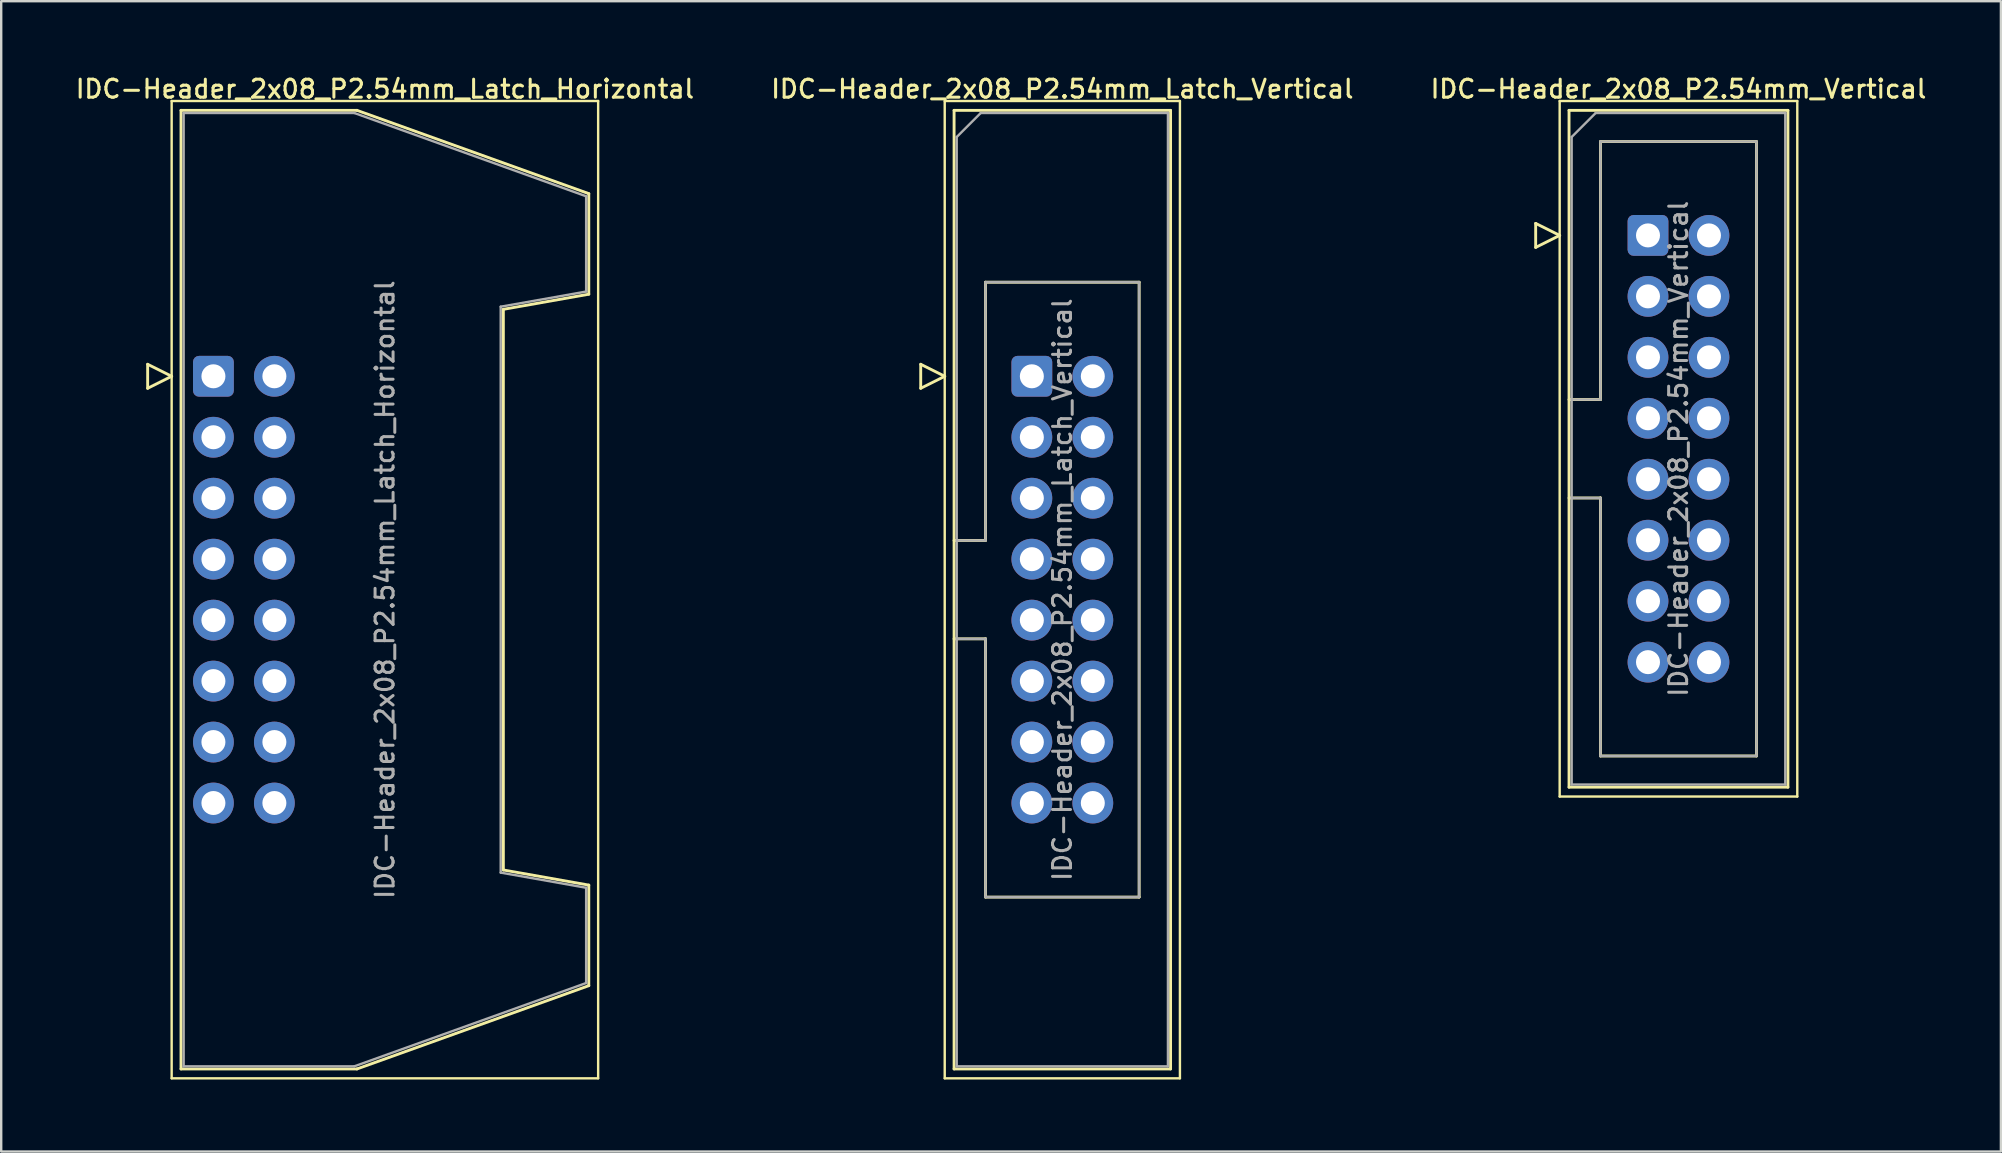
<source format=kicad_pcb>
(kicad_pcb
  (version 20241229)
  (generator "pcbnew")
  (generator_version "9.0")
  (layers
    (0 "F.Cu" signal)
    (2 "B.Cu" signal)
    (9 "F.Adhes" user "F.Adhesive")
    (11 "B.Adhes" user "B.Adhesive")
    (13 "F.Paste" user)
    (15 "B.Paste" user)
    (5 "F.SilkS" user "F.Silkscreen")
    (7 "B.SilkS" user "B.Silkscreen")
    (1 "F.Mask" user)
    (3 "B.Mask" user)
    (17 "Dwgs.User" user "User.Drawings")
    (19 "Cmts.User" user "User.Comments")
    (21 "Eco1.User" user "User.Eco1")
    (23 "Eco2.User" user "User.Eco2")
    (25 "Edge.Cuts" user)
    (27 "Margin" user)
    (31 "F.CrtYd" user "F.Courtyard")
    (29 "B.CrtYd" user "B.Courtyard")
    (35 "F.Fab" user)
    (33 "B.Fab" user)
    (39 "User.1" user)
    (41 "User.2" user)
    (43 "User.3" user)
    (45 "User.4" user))
  (footprint "IDC-Header_2x08_P2.54mm_Vertical"
    (layer "F.Cu")
    (at 65.614 6.758)
    (property "Reference" "IDC-Header_2x08_P2.54mm_Vertical" (at 1.27 -6.1 0) (layer "F.SilkS") (effects (font (size 0.75 0.75) (thickness 0.125))))
    (attr through_hole)
    (fp_line (start -4.68 -0.5) (end -4.68 0.5) (stroke (width 0.12) (type solid)) (layer "F.SilkS"))
    (fp_line (start -4.68 0.5) (end -3.68 0) (stroke (width 0.12) (type solid)) (layer "F.SilkS"))
    (fp_line (start -3.68 -5.6) (end -3.68 23.38) (stroke (width 0.1) (type solid)) (layer "F.SilkS"))
    (fp_line (start -3.68 0) (end -4.68 -0.5) (stroke (width 0.12) (type solid)) (layer "F.SilkS"))
    (fp_line (start -3.68 23.38) (end 6.22 23.38) (stroke (width 0.1) (type solid)) (layer "F.SilkS"))
    (fp_line (start -3.29 -5.21) (end 5.83 -5.21) (stroke (width 0.12) (type solid)) (layer "F.SilkS"))
    (fp_line (start -3.29 6.84) (end -1.98 6.84) (stroke (width 0.12) (type solid)) (layer "F.SilkS"))
    (fp_line (start -3.29 22.99) (end -3.29 -5.21) (stroke (width 0.12) (type solid)) (layer "F.SilkS"))
    (fp_line (start -1.98 -3.91) (end 4.52 -3.91) (stroke (width 0.12) (type solid)) (layer "F.SilkS"))
    (fp_line (start -1.98 6.84) (end -1.98 -3.91) (stroke (width 0.12) (type solid)) (layer "F.SilkS"))
    (fp_line (start -1.98 10.94) (end -3.29 10.94) (stroke (width 0.12) (type solid)) (layer "F.SilkS"))
    (fp_line (start -1.98 10.94) (end -1.98 10.94) (stroke (width 0.12) (type solid)) (layer "F.SilkS"))
    (fp_line (start -1.98 21.69) (end -1.98 10.94) (stroke (width 0.12) (type solid)) (layer "F.SilkS"))
    (fp_line (start 4.52 -3.91) (end 4.52 21.69) (stroke (width 0.12) (type solid)) (layer "F.SilkS"))
    (fp_line (start 4.52 21.69) (end -1.98 21.69) (stroke (width 0.12) (type solid)) (layer "F.SilkS"))
    (fp_line (start 5.83 -5.21) (end 5.83 22.99) (stroke (width 0.12) (type solid)) (layer "F.SilkS"))
    (fp_line (start 5.83 22.99) (end -3.29 22.99) (stroke (width 0.12) (type solid)) (layer "F.SilkS"))
    (fp_line (start 6.22 -5.6) (end -3.68 -5.6) (stroke (width 0.1) (type solid)) (layer "F.SilkS"))
    (fp_line (start 6.22 23.38) (end 6.22 -5.6) (stroke (width 0.1) (type solid)) (layer "F.SilkS"))
    (fp_line (start -3.18 -4.1) (end -2.18 -5.1) (stroke (width 0.1) (type solid)) (layer "F.Fab"))
    (fp_line (start -3.18 6.84) (end -1.98 6.84) (stroke (width 0.1) (type solid)) (layer "F.Fab"))
    (fp_line (start -3.18 22.88) (end -3.18 -4.1) (stroke (width 0.1) (type solid)) (layer "F.Fab"))
    (fp_line (start -2.18 -5.1) (end 5.72 -5.1) (stroke (width 0.1) (type solid)) (layer "F.Fab"))
    (fp_line (start -1.98 -3.91) (end 4.52 -3.91) (stroke (width 0.1) (type solid)) (layer "F.Fab"))
    (fp_line (start -1.98 6.84) (end -1.98 -3.91) (stroke (width 0.1) (type solid)) (layer "F.Fab"))
    (fp_line (start -1.98 10.94) (end -3.18 10.94) (stroke (width 0.1) (type solid)) (layer "F.Fab"))
    (fp_line (start -1.98 10.94) (end -1.98 10.94) (stroke (width 0.1) (type solid)) (layer "F.Fab"))
    (fp_line (start -1.98 21.69) (end -1.98 10.94) (stroke (width 0.1) (type solid)) (layer "F.Fab"))
    (fp_line (start 4.52 -3.91) (end 4.52 21.69) (stroke (width 0.1) (type solid)) (layer "F.Fab"))
    (fp_line (start 4.52 21.69) (end -1.98 21.69) (stroke (width 0.1) (type solid)) (layer "F.Fab"))
    (fp_line (start 5.72 -5.1) (end 5.72 22.88) (stroke (width 0.1) (type solid)) (layer "F.Fab"))
    (fp_line (start 5.72 22.88) (end -3.18 22.88) (stroke (width 0.1) (type solid)) (layer "F.Fab"))
    (fp_text user "${REFERENCE}" (at 1.27 8.89 90) (layer "F.Fab") (effects (font (size 0.75 0.75) (thickness 0.125))))
    (pad "1" thru_hole roundrect (at 0 0) (size 1.7 1.7) (drill 1) (layers "*.Cu" "*.Mask") (roundrect_rratio 0.147))
    (pad "2" thru_hole circle (at 2.54 0) (size 1.7 1.7) (drill 1) (layers "*.Cu" "*.Mask"))
    (pad "3" thru_hole circle (at 0 2.54) (size 1.7 1.7) (drill 1) (layers "*.Cu" "*.Mask"))
    (pad "4" thru_hole circle (at 2.54 2.54) (size 1.7 1.7) (drill 1) (layers "*.Cu" "*.Mask"))
    (pad "5" thru_hole circle (at 0 5.08) (size 1.7 1.7) (drill 1) (layers "*.Cu" "*.Mask"))
    (pad "6" thru_hole circle (at 2.54 5.08) (size 1.7 1.7) (drill 1) (layers "*.Cu" "*.Mask"))
    (pad "7" thru_hole circle (at 0 7.62) (size 1.7 1.7) (drill 1) (layers "*.Cu" "*.Mask"))
    (pad "8" thru_hole circle (at 2.54 7.62) (size 1.7 1.7) (drill 1) (layers "*.Cu" "*.Mask"))
    (pad "9" thru_hole circle (at 0 10.16) (size 1.7 1.7) (drill 1) (layers "*.Cu" "*.Mask"))
    (pad "10" thru_hole circle (at 2.54 10.16) (size 1.7 1.7) (drill 1) (layers "*.Cu" "*.Mask"))
    (pad "11" thru_hole circle (at 0 12.7) (size 1.7 1.7) (drill 1) (layers "*.Cu" "*.Mask"))
    (pad "12" thru_hole circle (at 2.54 12.7) (size 1.7 1.7) (drill 1) (layers "*.Cu" "*.Mask"))
    (pad "13" thru_hole circle (at 0 15.24) (size 1.7 1.7) (drill 1) (layers "*.Cu" "*.Mask"))
    (pad "14" thru_hole circle (at 2.54 15.24) (size 1.7 1.7) (drill 1) (layers "*.Cu" "*.Mask"))
    (pad "15" thru_hole circle (at 0 17.78) (size 1.7 1.7) (drill 1) (layers "*.Cu" "*.Mask"))
    (pad "16" thru_hole circle (at 2.54 17.78) (size 1.7 1.7) (drill 1) (layers "*.Cu" "*.Mask")))
  (footprint "IDC-Header_2x08_P2.54mm_Latch_Vertical"
    (layer "F.Cu")
    (at 39.942 12.628)
    (property "Reference" "IDC-Header_2x08_P2.54mm_Latch_Vertical" (at 1.27 -11.97 0) (layer "F.SilkS") (effects (font (size 0.75 0.75) (thickness 0.125))))
    (attr through_hole)
    (fp_line (start -4.63 -0.5) (end -4.63 0.5) (stroke (width 0.12) (type solid)) (layer "F.SilkS"))
    (fp_line (start -4.63 0.5) (end -3.63 0) (stroke (width 0.12) (type solid)) (layer "F.SilkS"))
    (fp_line (start -3.63 -11.47) (end -3.63 29.25) (stroke (width 0.1) (type solid)) (layer "F.SilkS"))
    (fp_line (start -3.63 0) (end -4.63 -0.5) (stroke (width 0.12) (type solid)) (layer "F.SilkS"))
    (fp_line (start -3.63 29.25) (end 6.17 29.25) (stroke (width 0.1) (type solid)) (layer "F.SilkS"))
    (fp_line (start -3.24 -11.08) (end 5.78 -11.08) (stroke (width 0.12) (type solid)) (layer "F.SilkS"))
    (fp_line (start -3.24 6.84) (end -1.93 6.84) (stroke (width 0.12) (type solid)) (layer "F.SilkS"))
    (fp_line (start -3.24 28.86) (end -3.24 -11.08) (stroke (width 0.12) (type solid)) (layer "F.SilkS"))
    (fp_line (start -1.93 -3.92) (end 4.47 -3.92) (stroke (width 0.12) (type solid)) (layer "F.SilkS"))
    (fp_line (start -1.93 6.84) (end -1.93 -3.92) (stroke (width 0.12) (type solid)) (layer "F.SilkS"))
    (fp_line (start -1.93 10.94) (end -3.24 10.94) (stroke (width 0.12) (type solid)) (layer "F.SilkS"))
    (fp_line (start -1.93 10.94) (end -1.93 10.94) (stroke (width 0.12) (type solid)) (layer "F.SilkS"))
    (fp_line (start -1.93 21.7) (end -1.93 10.94) (stroke (width 0.12) (type solid)) (layer "F.SilkS"))
    (fp_line (start 4.47 -3.92) (end 4.47 21.7) (stroke (width 0.12) (type solid)) (layer "F.SilkS"))
    (fp_line (start 4.47 21.7) (end -1.93 21.7) (stroke (width 0.12) (type solid)) (layer "F.SilkS"))
    (fp_line (start 5.78 -11.08) (end 5.78 28.86) (stroke (width 0.12) (type solid)) (layer "F.SilkS"))
    (fp_line (start 5.78 28.86) (end -3.24 28.86) (stroke (width 0.12) (type solid)) (layer "F.SilkS"))
    (fp_line (start 6.17 -11.47) (end -3.63 -11.47) (stroke (width 0.1) (type solid)) (layer "F.SilkS"))
    (fp_line (start 6.17 29.25) (end 6.17 -11.47) (stroke (width 0.1) (type solid)) (layer "F.SilkS"))
    (fp_line (start -3.13 -9.97) (end -2.13 -10.97) (stroke (width 0.1) (type solid)) (layer "F.Fab"))
    (fp_line (start -3.13 6.84) (end -1.93 6.84) (stroke (width 0.1) (type solid)) (layer "F.Fab"))
    (fp_line (start -3.13 28.75) (end -3.13 -9.97) (stroke (width 0.1) (type solid)) (layer "F.Fab"))
    (fp_line (start -2.13 -10.97) (end 5.67 -10.97) (stroke (width 0.1) (type solid)) (layer "F.Fab"))
    (fp_line (start -1.93 -3.92) (end 4.47 -3.92) (stroke (width 0.1) (type solid)) (layer "F.Fab"))
    (fp_line (start -1.93 6.84) (end -1.93 -3.92) (stroke (width 0.1) (type solid)) (layer "F.Fab"))
    (fp_line (start -1.93 10.94) (end -3.13 10.94) (stroke (width 0.1) (type solid)) (layer "F.Fab"))
    (fp_line (start -1.93 10.94) (end -1.93 10.94) (stroke (width 0.1) (type solid)) (layer "F.Fab"))
    (fp_line (start -1.93 21.7) (end -1.93 10.94) (stroke (width 0.1) (type solid)) (layer "F.Fab"))
    (fp_line (start 4.47 -3.92) (end 4.47 21.7) (stroke (width 0.1) (type solid)) (layer "F.Fab"))
    (fp_line (start 4.47 21.7) (end -1.93 21.7) (stroke (width 0.1) (type solid)) (layer "F.Fab"))
    (fp_line (start 5.67 -10.97) (end 5.67 28.75) (stroke (width 0.1) (type solid)) (layer "F.Fab"))
    (fp_line (start 5.67 28.75) (end -3.13 28.75) (stroke (width 0.1) (type solid)) (layer "F.Fab"))
    (fp_text user "${REFERENCE}" (at 1.27 8.89 90) (layer "F.Fab") (effects (font (size 0.75 0.75) (thickness 0.125))))
    (pad "1" thru_hole roundrect (at 0 0) (size 1.7 1.7) (drill 1) (layers "*.Cu" "*.Mask") (roundrect_rratio 0.147))
    (pad "2" thru_hole circle (at 2.54 0) (size 1.7 1.7) (drill 1) (layers "*.Cu" "*.Mask"))
    (pad "3" thru_hole circle (at 0 2.54) (size 1.7 1.7) (drill 1) (layers "*.Cu" "*.Mask"))
    (pad "4" thru_hole circle (at 2.54 2.54) (size 1.7 1.7) (drill 1) (layers "*.Cu" "*.Mask"))
    (pad "5" thru_hole circle (at 0 5.08) (size 1.7 1.7) (drill 1) (layers "*.Cu" "*.Mask"))
    (pad "6" thru_hole circle (at 2.54 5.08) (size 1.7 1.7) (drill 1) (layers "*.Cu" "*.Mask"))
    (pad "7" thru_hole circle (at 0 7.62) (size 1.7 1.7) (drill 1) (layers "*.Cu" "*.Mask"))
    (pad "8" thru_hole circle (at 2.54 7.62) (size 1.7 1.7) (drill 1) (layers "*.Cu" "*.Mask"))
    (pad "9" thru_hole circle (at 0 10.16) (size 1.7 1.7) (drill 1) (layers "*.Cu" "*.Mask"))
    (pad "10" thru_hole circle (at 2.54 10.16) (size 1.7 1.7) (drill 1) (layers "*.Cu" "*.Mask"))
    (pad "11" thru_hole circle (at 0 12.7) (size 1.7 1.7) (drill 1) (layers "*.Cu" "*.Mask"))
    (pad "12" thru_hole circle (at 2.54 12.7) (size 1.7 1.7) (drill 1) (layers "*.Cu" "*.Mask"))
    (pad "13" thru_hole circle (at 0 15.24) (size 1.7 1.7) (drill 1) (layers "*.Cu" "*.Mask"))
    (pad "14" thru_hole circle (at 2.54 15.24) (size 1.7 1.7) (drill 1) (layers "*.Cu" "*.Mask"))
    (pad "15" thru_hole circle (at 0 17.78) (size 1.7 1.7) (drill 1) (layers "*.Cu" "*.Mask"))
    (pad "16" thru_hole circle (at 2.54 17.78) (size 1.7 1.7) (drill 1) (layers "*.Cu" "*.Mask")))
  (footprint "IDC-Header_2x08_P2.54mm_Latch_Horizontal"
    (layer "F.Cu")
    (at 5.842 12.628)
    (property "Reference" "IDC-Header_2x08_P2.54mm_Latch_Horizontal" (at 7.145 -11.97 0) (layer "F.SilkS") (effects (font (size 0.75 0.75) (thickness 0.125))))
    (attr through_hole)
    (fp_line (start -2.74 -0.5) (end -2.74 0.5) (stroke (width 0.12) (type solid)) (layer "F.SilkS"))
    (fp_line (start -2.74 0.5) (end -1.74 0) (stroke (width 0.12) (type solid)) (layer "F.SilkS"))
    (fp_line (start -1.74 -11.47) (end -1.74 29.25) (stroke (width 0.1) (type solid)) (layer "F.SilkS"))
    (fp_line (start -1.74 0) (end -2.74 -0.5) (stroke (width 0.12) (type solid)) (layer "F.SilkS"))
    (fp_line (start -1.74 29.25) (end 16.03 29.25) (stroke (width 0.1) (type solid)) (layer "F.SilkS"))
    (fp_line (start -1.35 -11.08) (end 5.98 -11.08) (stroke (width 0.12) (type solid)) (layer "F.SilkS"))
    (fp_line (start -1.35 28.86) (end -1.35 -11.08) (stroke (width 0.12) (type solid)) (layer "F.SilkS"))
    (fp_line (start 5.98 -11.08) (end 15.64 -7.61) (stroke (width 0.12) (type solid)) (layer "F.SilkS"))
    (fp_line (start 5.98 28.86) (end -1.35 28.86) (stroke (width 0.12) (type solid)) (layer "F.SilkS"))
    (fp_line (start 12.08 -2.79) (end 12.08 20.57) (stroke (width 0.12) (type solid)) (layer "F.SilkS"))
    (fp_line (start 12.08 20.57) (end 15.64 21.2) (stroke (width 0.12) (type solid)) (layer "F.SilkS"))
    (fp_line (start 15.64 -7.61) (end 15.64 -3.42) (stroke (width 0.12) (type solid)) (layer "F.SilkS"))
    (fp_line (start 15.64 -3.42) (end 12.08 -2.79) (stroke (width 0.12) (type solid)) (layer "F.SilkS"))
    (fp_line (start 15.64 21.2) (end 15.64 25.39) (stroke (width 0.12) (type solid)) (layer "F.SilkS"))
    (fp_line (start 15.64 25.39) (end 5.98 28.86) (stroke (width 0.12) (type solid)) (layer "F.SilkS"))
    (fp_line (start 16.03 -11.47) (end -1.74 -11.47) (stroke (width 0.1) (type solid)) (layer "F.SilkS"))
    (fp_line (start 16.03 29.25) (end 16.03 -11.47) (stroke (width 0.1) (type solid)) (layer "F.SilkS"))
    (fp_line (start -1.24 -10.97) (end 5.87 -10.97) (stroke (width 0.1) (type solid)) (layer "F.Fab"))
    (fp_line (start -1.24 28.75) (end -1.24 -10.97) (stroke (width 0.1) (type solid)) (layer "F.Fab"))
    (fp_line (start 5.87 -10.97) (end 15.53 -7.5) (stroke (width 0.1) (type solid)) (layer "F.Fab"))
    (fp_line (start 5.87 28.75) (end -1.24 28.75) (stroke (width 0.1) (type solid)) (layer "F.Fab"))
    (fp_line (start 11.97 -2.9) (end 11.97 20.68) (stroke (width 0.1) (type solid)) (layer "F.Fab"))
    (fp_line (start 11.97 20.68) (end 15.53 21.31) (stroke (width 0.1) (type solid)) (layer "F.Fab"))
    (fp_line (start 15.53 -7.5) (end 15.53 -3.53) (stroke (width 0.1) (type solid)) (layer "F.Fab"))
    (fp_line (start 15.53 -3.53) (end 11.97 -2.9) (stroke (width 0.1) (type solid)) (layer "F.Fab"))
    (fp_line (start 15.53 21.31) (end 15.53 25.28) (stroke (width 0.1) (type solid)) (layer "F.Fab"))
    (fp_line (start 15.53 25.28) (end 5.87 28.75) (stroke (width 0.1) (type solid)) (layer "F.Fab"))
    (fp_text user "${REFERENCE}" (at 7.145 8.89 90) (layer "F.Fab") (effects (font (size 0.75 0.75) (thickness 0.125))))
    (pad "1" thru_hole roundrect (at 0 0) (size 1.7 1.7) (drill 1) (layers "*.Cu" "*.Mask") (roundrect_rratio 0.147))
    (pad "2" thru_hole circle (at 2.54 0) (size 1.7 1.7) (drill 1) (layers "*.Cu" "*.Mask"))
    (pad "3" thru_hole circle (at 0 2.54) (size 1.7 1.7) (drill 1) (layers "*.Cu" "*.Mask"))
    (pad "4" thru_hole circle (at 2.54 2.54) (size 1.7 1.7) (drill 1) (layers "*.Cu" "*.Mask"))
    (pad "5" thru_hole circle (at 0 5.08) (size 1.7 1.7) (drill 1) (layers "*.Cu" "*.Mask"))
    (pad "6" thru_hole circle (at 2.54 5.08) (size 1.7 1.7) (drill 1) (layers "*.Cu" "*.Mask"))
    (pad "7" thru_hole circle (at 0 7.62) (size 1.7 1.7) (drill 1) (layers "*.Cu" "*.Mask"))
    (pad "8" thru_hole circle (at 2.54 7.62) (size 1.7 1.7) (drill 1) (layers "*.Cu" "*.Mask"))
    (pad "9" thru_hole circle (at 0 10.16) (size 1.7 1.7) (drill 1) (layers "*.Cu" "*.Mask"))
    (pad "10" thru_hole circle (at 2.54 10.16) (size 1.7 1.7) (drill 1) (layers "*.Cu" "*.Mask"))
    (pad "11" thru_hole circle (at 0 12.7) (size 1.7 1.7) (drill 1) (layers "*.Cu" "*.Mask"))
    (pad "12" thru_hole circle (at 2.54 12.7) (size 1.7 1.7) (drill 1) (layers "*.Cu" "*.Mask"))
    (pad "13" thru_hole circle (at 0 15.24) (size 1.7 1.7) (drill 1) (layers "*.Cu" "*.Mask"))
    (pad "14" thru_hole circle (at 2.54 15.24) (size 1.7 1.7) (drill 1) (layers "*.Cu" "*.Mask"))
    (pad "15" thru_hole circle (at 0 17.78) (size 1.7 1.7) (drill 1) (layers "*.Cu" "*.Mask"))
    (pad "16" thru_hole circle (at 2.54 17.78) (size 1.7 1.7) (drill 1) (layers "*.Cu" "*.Mask")))
  (gr_rect
    (start -3 -3)
    (end 80.318 44.928)
    (stroke (width 0.1) (type default))
    (fill no)
    (layer "Edge.Cuts")))
</source>
